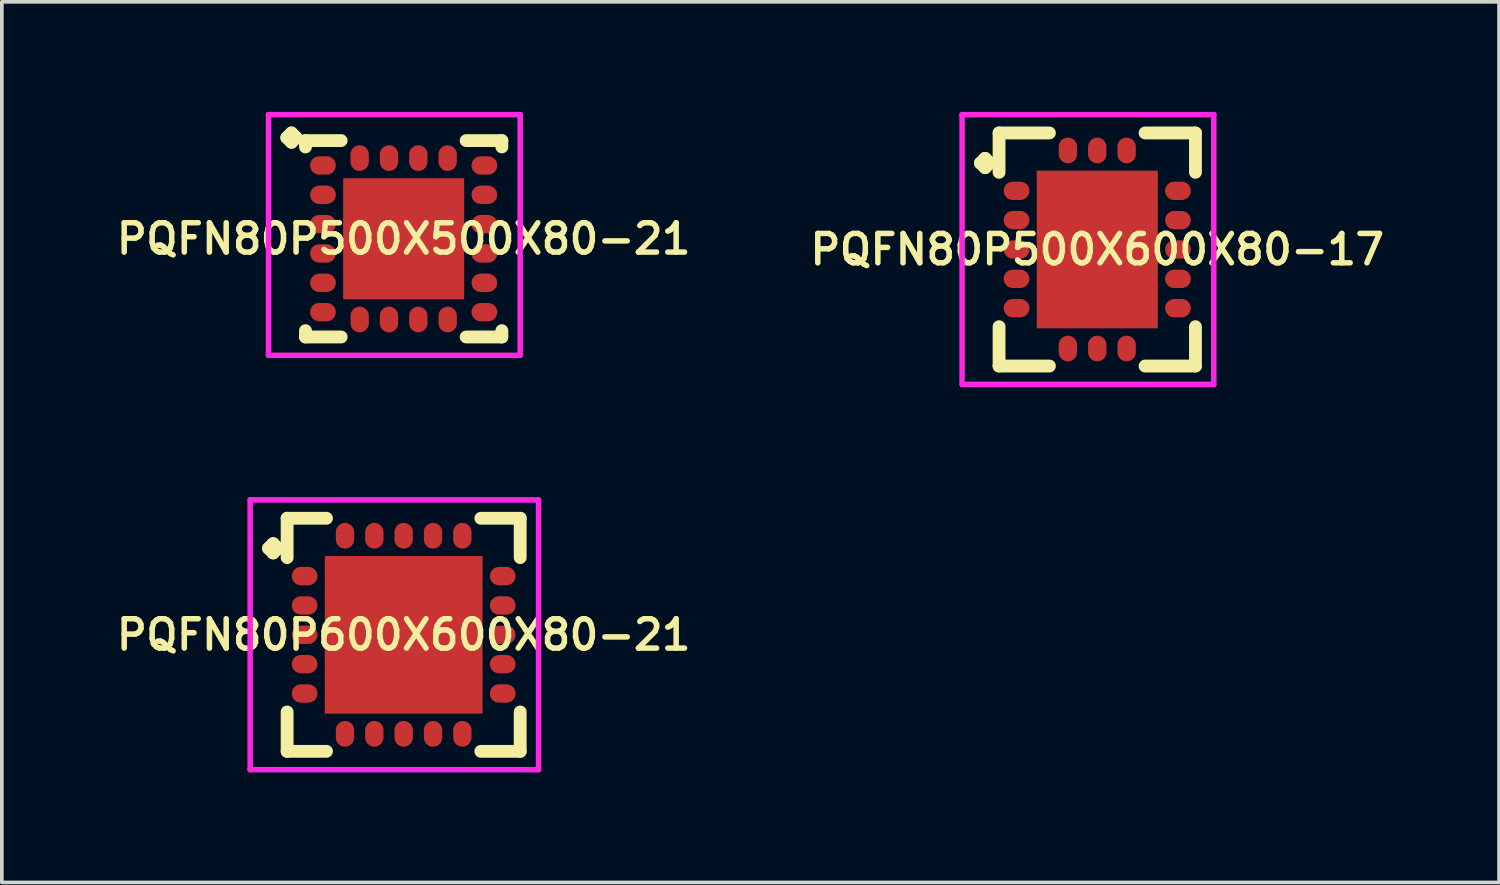
<source format=kicad_pcb>
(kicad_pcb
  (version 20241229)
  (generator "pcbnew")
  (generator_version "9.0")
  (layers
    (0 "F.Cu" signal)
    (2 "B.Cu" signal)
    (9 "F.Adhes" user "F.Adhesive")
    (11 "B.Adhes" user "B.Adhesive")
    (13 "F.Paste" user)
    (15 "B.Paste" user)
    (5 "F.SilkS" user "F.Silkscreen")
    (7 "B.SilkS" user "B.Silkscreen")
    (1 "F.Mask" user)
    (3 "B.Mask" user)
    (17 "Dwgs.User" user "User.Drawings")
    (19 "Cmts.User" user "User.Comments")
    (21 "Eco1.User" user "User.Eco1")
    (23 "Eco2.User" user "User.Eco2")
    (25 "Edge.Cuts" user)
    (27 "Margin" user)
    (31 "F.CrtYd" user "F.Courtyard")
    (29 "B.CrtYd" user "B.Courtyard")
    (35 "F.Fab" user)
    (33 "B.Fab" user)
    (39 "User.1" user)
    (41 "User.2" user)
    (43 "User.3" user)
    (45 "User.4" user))
  (footprint "PQFN80P500X500X80-21"
    (layer "F.Cu")
    (at 7.955 3.46)
    (property "Reference" "PQFN80P500X500X80-21" (at 0 0 0) (layer "F.SilkS") (effects (font (size 0.8 0.8) (thickness 0.15))))
    (attr through_hole)
    (fp_line (start -3.185 -2.758) (end -3.058 -2.885) (stroke (width 0.35) (type solid)) (layer "F.SilkS"))
    (fp_line (start -3.058 -2.885) (end -2.931 -2.758) (stroke (width 0.35) (type solid)) (layer "F.SilkS"))
    (fp_line (start -3.058 -2.631) (end -3.185 -2.758) (stroke (width 0.35) (type solid)) (layer "F.SilkS"))
    (fp_line (start -2.931 -2.758) (end -3.058 -2.631) (stroke (width 0.35) (type solid)) (layer "F.SilkS"))
    (fp_line (start -2.677 -2.677) (end -1.704 -2.677) (stroke (width 0.35) (type solid)) (layer "F.SilkS"))
    (fp_line (start -2.677 -2.504) (end -2.677 -2.677) (stroke (width 0.35) (type solid)) (layer "F.SilkS"))
    (fp_line (start -2.677 2.504) (end -2.677 2.677) (stroke (width 0.35) (type solid)) (layer "F.SilkS"))
    (fp_line (start -2.677 2.677) (end -1.704 2.677) (stroke (width 0.35) (type solid)) (layer "F.SilkS"))
    (fp_line (start 1.704 -2.677) (end 2.677 -2.677) (stroke (width 0.35) (type solid)) (layer "F.SilkS"))
    (fp_line (start 1.704 2.677) (end 2.677 2.677) (stroke (width 0.35) (type solid)) (layer "F.SilkS"))
    (fp_line (start 2.677 -2.677) (end 2.677 -2.504) (stroke (width 0.35) (type solid)) (layer "F.SilkS"))
    (fp_line (start 2.677 2.677) (end 2.677 2.504) (stroke (width 0.35) (type solid)) (layer "F.SilkS"))
    (fp_line (start -3.685 -3.385) (end 3.177 -3.385) (stroke (width 0.15) (type solid)) (layer "F.CrtYd"))
    (fp_line (start -3.685 3.177) (end -3.685 -3.385) (stroke (width 0.15) (type solid)) (layer "F.CrtYd"))
    (fp_line (start 3.177 -3.385) (end 3.177 3.177) (stroke (width 0.15) (type solid)) (layer "F.CrtYd"))
    (fp_line (start 3.177 3.177) (end -3.685 3.177) (stroke (width 0.15) (type solid)) (layer "F.CrtYd"))
    (pad "1" smd oval (at -2.2 -2) (size 0.7 0.5) (layers "F.Cu" "F.Mask" "F.Paste"))
    (pad "2" smd oval (at -2.2 -1.2) (size 0.7 0.5) (layers "F.Cu" "F.Mask" "F.Paste"))
    (pad "3" smd oval (at -2.2 -0.4) (size 0.7 0.5) (layers "F.Cu" "F.Mask" "F.Paste"))
    (pad "4" smd oval (at -2.2 0.4) (size 0.7 0.5) (layers "F.Cu" "F.Mask" "F.Paste"))
    (pad "5" smd oval (at -2.2 1.2) (size 0.7 0.5) (layers "F.Cu" "F.Mask" "F.Paste"))
    (pad "6" smd oval (at -2.2 2) (size 0.7 0.5) (layers "F.Cu" "F.Mask" "F.Paste"))
    (pad "7" smd oval (at -1.2 2.2) (size 0.5 0.7) (layers "F.Cu" "F.Mask" "F.Paste"))
    (pad "8" smd oval (at -0.4 2.2) (size 0.5 0.7) (layers "F.Cu" "F.Mask" "F.Paste"))
    (pad "9" smd oval (at 0.4 2.2) (size 0.5 0.7) (layers "F.Cu" "F.Mask" "F.Paste"))
    (pad "10" smd oval (at 1.2 2.2) (size 0.5 0.7) (layers "F.Cu" "F.Mask" "F.Paste"))
    (pad "11" smd oval (at 2.2 2) (size 0.7 0.5) (layers "F.Cu" "F.Mask" "F.Paste"))
    (pad "12" smd oval (at 2.2 1.2) (size 0.7 0.5) (layers "F.Cu" "F.Mask" "F.Paste"))
    (pad "13" smd oval (at 2.2 0.4) (size 0.7 0.5) (layers "F.Cu" "F.Mask" "F.Paste"))
    (pad "14" smd oval (at 2.2 -0.4) (size 0.7 0.5) (layers "F.Cu" "F.Mask" "F.Paste"))
    (pad "15" smd oval (at 2.2 -1.2) (size 0.7 0.5) (layers "F.Cu" "F.Mask" "F.Paste"))
    (pad "16" smd oval (at 2.2 -2) (size 0.7 0.5) (layers "F.Cu" "F.Mask" "F.Paste"))
    (pad "17" smd oval (at 1.2 -2.2) (size 0.5 0.7) (layers "F.Cu" "F.Mask" "F.Paste"))
    (pad "18" smd oval (at 0.4 -2.2) (size 0.5 0.7) (layers "F.Cu" "F.Mask" "F.Paste"))
    (pad "19" smd oval (at -0.4 -2.2) (size 0.5 0.7) (layers "F.Cu" "F.Mask" "F.Paste"))
    (pad "20" smd oval (at -1.2 -2.2) (size 0.5 0.7) (layers "F.Cu" "F.Mask" "F.Paste"))
    (pad "21" smd rect (at 0 0) (size 3.3 3.3) (layers "F.Cu" "F.Mask" "F.Paste")))
  (footprint "PQFN80P600X600X80-21"
    (layer "F.Cu")
    (at 7.955 14.256)
    (property "Reference" "PQFN80P600X600X80-21" (at 0 0 0) (layer "F.SilkS") (effects (font (size 0.8 0.8) (thickness 0.15))))
    (attr through_hole)
    (fp_line (start -3.685 -2.358) (end -3.558 -2.485) (stroke (width 0.35) (type solid)) (layer "F.SilkS"))
    (fp_line (start -3.558 -2.485) (end -3.431 -2.358) (stroke (width 0.35) (type solid)) (layer "F.SilkS"))
    (fp_line (start -3.558 -2.231) (end -3.685 -2.358) (stroke (width 0.35) (type solid)) (layer "F.SilkS"))
    (fp_line (start -3.431 -2.358) (end -3.558 -2.231) (stroke (width 0.35) (type solid)) (layer "F.SilkS"))
    (fp_line (start -3.177 -3.177) (end -2.104 -3.177) (stroke (width 0.35) (type solid)) (layer "F.SilkS"))
    (fp_line (start -3.177 -2.104) (end -3.177 -3.177) (stroke (width 0.35) (type solid)) (layer "F.SilkS"))
    (fp_line (start -3.177 2.104) (end -3.177 3.177) (stroke (width 0.35) (type solid)) (layer "F.SilkS"))
    (fp_line (start -3.177 3.177) (end -2.104 3.177) (stroke (width 0.35) (type solid)) (layer "F.SilkS"))
    (fp_line (start 2.104 -3.177) (end 3.177 -3.177) (stroke (width 0.35) (type solid)) (layer "F.SilkS"))
    (fp_line (start 2.104 3.177) (end 3.177 3.177) (stroke (width 0.35) (type solid)) (layer "F.SilkS"))
    (fp_line (start 3.177 -3.177) (end 3.177 -2.104) (stroke (width 0.35) (type solid)) (layer "F.SilkS"))
    (fp_line (start 3.177 3.177) (end 3.177 2.104) (stroke (width 0.35) (type solid)) (layer "F.SilkS"))
    (fp_line (start -4.185 -3.677) (end 3.677 -3.677) (stroke (width 0.15) (type solid)) (layer "F.CrtYd"))
    (fp_line (start -4.185 3.677) (end -4.185 -3.677) (stroke (width 0.15) (type solid)) (layer "F.CrtYd"))
    (fp_line (start 3.677 -3.677) (end 3.677 3.677) (stroke (width 0.15) (type solid)) (layer "F.CrtYd"))
    (fp_line (start 3.677 3.677) (end -4.185 3.677) (stroke (width 0.15) (type solid)) (layer "F.CrtYd"))
    (pad "1" smd oval (at -2.7 -1.6) (size 0.7 0.5) (layers "F.Cu" "F.Mask" "F.Paste"))
    (pad "2" smd oval (at -2.7 -0.8) (size 0.7 0.5) (layers "F.Cu" "F.Mask" "F.Paste"))
    (pad "3" smd oval (at -2.7 0) (size 0.7 0.5) (layers "F.Cu" "F.Mask" "F.Paste"))
    (pad "4" smd oval (at -2.7 0.8) (size 0.7 0.5) (layers "F.Cu" "F.Mask" "F.Paste"))
    (pad "5" smd oval (at -2.7 1.6) (size 0.7 0.5) (layers "F.Cu" "F.Mask" "F.Paste"))
    (pad "6" smd oval (at -1.6 2.7) (size 0.5 0.7) (layers "F.Cu" "F.Mask" "F.Paste"))
    (pad "7" smd oval (at -0.8 2.7) (size 0.5 0.7) (layers "F.Cu" "F.Mask" "F.Paste"))
    (pad "8" smd oval (at 0 2.7) (size 0.5 0.7) (layers "F.Cu" "F.Mask" "F.Paste"))
    (pad "9" smd oval (at 0.8 2.7) (size 0.5 0.7) (layers "F.Cu" "F.Mask" "F.Paste"))
    (pad "10" smd oval (at 1.6 2.7) (size 0.5 0.7) (layers "F.Cu" "F.Mask" "F.Paste"))
    (pad "11" smd oval (at 2.7 1.6) (size 0.7 0.5) (layers "F.Cu" "F.Mask" "F.Paste"))
    (pad "12" smd oval (at 2.7 0.8) (size 0.7 0.5) (layers "F.Cu" "F.Mask" "F.Paste"))
    (pad "13" smd oval (at 2.7 0) (size 0.7 0.5) (layers "F.Cu" "F.Mask" "F.Paste"))
    (pad "14" smd oval (at 2.7 -0.8) (size 0.7 0.5) (layers "F.Cu" "F.Mask" "F.Paste"))
    (pad "15" smd oval (at 2.7 -1.6) (size 0.7 0.5) (layers "F.Cu" "F.Mask" "F.Paste"))
    (pad "16" smd oval (at 1.6 -2.7) (size 0.5 0.7) (layers "F.Cu" "F.Mask" "F.Paste"))
    (pad "17" smd oval (at 0.8 -2.7) (size 0.5 0.7) (layers "F.Cu" "F.Mask" "F.Paste"))
    (pad "18" smd oval (at 0 -2.7) (size 0.5 0.7) (layers "F.Cu" "F.Mask" "F.Paste"))
    (pad "19" smd oval (at -0.8 -2.7) (size 0.5 0.7) (layers "F.Cu" "F.Mask" "F.Paste"))
    (pad "20" smd oval (at -1.6 -2.7) (size 0.5 0.7) (layers "F.Cu" "F.Mask" "F.Paste"))
    (pad "21" smd rect (at 0 0) (size 4.3 4.3) (layers "F.Cu" "F.Mask" "F.Paste")))
  (footprint "PQFN80P500X600X80-17"
    (layer "F.Cu")
    (at 26.864 3.752)
    (property "Reference" "PQFN80P500X600X80-17" (at 0 0 0) (layer "F.SilkS") (effects (font (size 0.8 0.8) (thickness 0.15))))
    (attr smd)
    (fp_line (start -3.185 -2.358) (end -3.058 -2.485) (stroke (width 0.35) (type solid)) (layer "F.SilkS"))
    (fp_line (start -3.058 -2.485) (end -2.931 -2.358) (stroke (width 0.35) (type solid)) (layer "F.SilkS"))
    (fp_line (start -3.058 -2.231) (end -3.185 -2.358) (stroke (width 0.35) (type solid)) (layer "F.SilkS"))
    (fp_line (start -2.931 -2.358) (end -3.058 -2.231) (stroke (width 0.35) (type solid)) (layer "F.SilkS"))
    (fp_line (start -2.677 -3.177) (end -1.304 -3.177) (stroke (width 0.35) (type solid)) (layer "F.SilkS"))
    (fp_line (start -2.677 -2.104) (end -2.677 -3.177) (stroke (width 0.35) (type solid)) (layer "F.SilkS"))
    (fp_line (start -2.677 2.104) (end -2.677 3.177) (stroke (width 0.35) (type solid)) (layer "F.SilkS"))
    (fp_line (start -2.677 3.177) (end -1.304 3.177) (stroke (width 0.35) (type solid)) (layer "F.SilkS"))
    (fp_line (start 1.304 -3.177) (end 2.677 -3.177) (stroke (width 0.35) (type solid)) (layer "F.SilkS"))
    (fp_line (start 1.304 3.177) (end 2.677 3.177) (stroke (width 0.35) (type solid)) (layer "F.SilkS"))
    (fp_line (start 2.677 -3.177) (end 2.677 -2.104) (stroke (width 0.35) (type solid)) (layer "F.SilkS"))
    (fp_line (start 2.677 3.177) (end 2.677 2.104) (stroke (width 0.35) (type solid)) (layer "F.SilkS"))
    (fp_line (start -3.685 -3.677) (end 3.177 -3.677) (stroke (width 0.15) (type solid)) (layer "F.CrtYd"))
    (fp_line (start -3.685 3.677) (end -3.685 -3.677) (stroke (width 0.15) (type solid)) (layer "F.CrtYd"))
    (fp_line (start 3.177 -3.677) (end 3.177 3.677) (stroke (width 0.15) (type solid)) (layer "F.CrtYd"))
    (fp_line (start 3.177 3.677) (end -3.685 3.677) (stroke (width 0.15) (type solid)) (layer "F.CrtYd"))
    (pad "1" smd oval (at -2.2 -1.6) (size 0.7 0.5) (layers "F.Cu" "F.Mask" "F.Paste"))
    (pad "2" smd oval (at -2.2 -0.8) (size 0.7 0.5) (layers "F.Cu" "F.Mask" "F.Paste"))
    (pad "3" smd oval (at -2.2 0) (size 0.7 0.5) (layers "F.Cu" "F.Mask" "F.Paste"))
    (pad "4" smd oval (at -2.2 0.8) (size 0.7 0.5) (layers "F.Cu" "F.Mask" "F.Paste"))
    (pad "5" smd oval (at -2.2 1.6) (size 0.7 0.5) (layers "F.Cu" "F.Mask" "F.Paste"))
    (pad "6" smd oval (at -0.8 2.7) (size 0.5 0.7) (layers "F.Cu" "F.Mask" "F.Paste"))
    (pad "7" smd oval (at 0 2.7) (size 0.5 0.7) (layers "F.Cu" "F.Mask" "F.Paste"))
    (pad "8" smd oval (at 0.8 2.7) (size 0.5 0.7) (layers "F.Cu" "F.Mask" "F.Paste"))
    (pad "9" smd oval (at 2.2 1.6) (size 0.7 0.5) (layers "F.Cu" "F.Mask" "F.Paste"))
    (pad "10" smd oval (at 2.2 0.8) (size 0.7 0.5) (layers "F.Cu" "F.Mask" "F.Paste"))
    (pad "11" smd oval (at 2.2 0) (size 0.7 0.5) (layers "F.Cu" "F.Mask" "F.Paste"))
    (pad "12" smd oval (at 2.2 -0.8) (size 0.7 0.5) (layers "F.Cu" "F.Mask" "F.Paste"))
    (pad "13" smd oval (at 2.2 -1.6) (size 0.7 0.5) (layers "F.Cu" "F.Mask" "F.Paste"))
    (pad "14" smd oval (at 0.8 -2.7) (size 0.5 0.7) (layers "F.Cu" "F.Mask" "F.Paste"))
    (pad "15" smd oval (at 0 -2.7) (size 0.5 0.7) (layers "F.Cu" "F.Mask" "F.Paste"))
    (pad "16" smd oval (at -0.8 -2.7) (size 0.5 0.7) (layers "F.Cu" "F.Mask" "F.Paste"))
    (pad "17" smd rect (at 0 0) (size 3.3 4.3) (layers "F.Cu" "F.Mask" "F.Paste")))
  (gr_rect
    (start -3 -3)
    (end 37.818 21.008)
    (stroke (width 0.1) (type default))
    (fill no)
    (layer "Edge.Cuts")))
</source>
